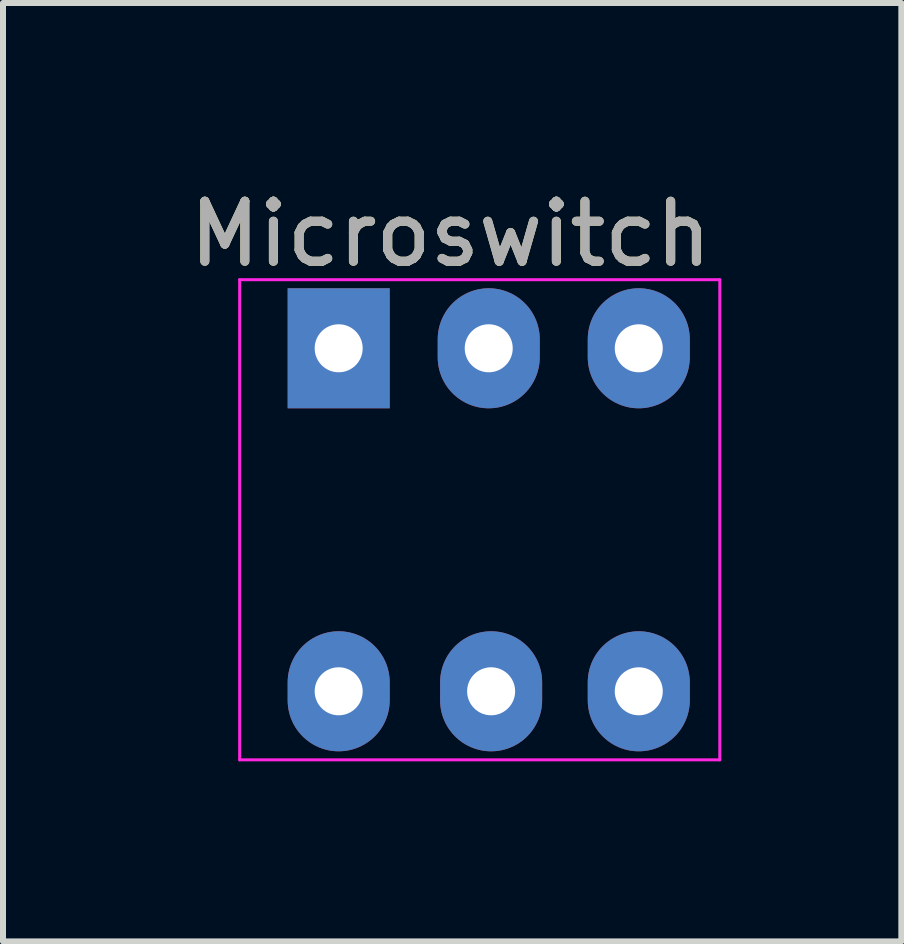
<source format=kicad_pcb>
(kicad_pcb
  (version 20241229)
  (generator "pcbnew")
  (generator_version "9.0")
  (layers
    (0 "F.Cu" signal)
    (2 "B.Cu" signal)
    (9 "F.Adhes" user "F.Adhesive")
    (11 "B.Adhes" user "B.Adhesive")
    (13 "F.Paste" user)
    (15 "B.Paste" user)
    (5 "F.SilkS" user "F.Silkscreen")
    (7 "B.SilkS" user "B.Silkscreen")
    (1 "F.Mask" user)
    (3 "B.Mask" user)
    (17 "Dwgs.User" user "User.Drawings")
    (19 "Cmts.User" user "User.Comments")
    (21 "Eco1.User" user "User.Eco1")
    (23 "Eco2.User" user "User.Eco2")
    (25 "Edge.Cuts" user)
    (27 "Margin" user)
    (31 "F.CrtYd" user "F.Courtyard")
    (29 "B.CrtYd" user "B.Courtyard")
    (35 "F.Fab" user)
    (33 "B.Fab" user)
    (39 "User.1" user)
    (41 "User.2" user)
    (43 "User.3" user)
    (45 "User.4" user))
  (footprint "Microswitch"
    (layer "F.Cu")
    (at 2.593 4.023)
    (property "Reference" "Microswitch" (at 1.865 -3.175 0) (layer "F.SilkS") (effects (font (size 1 1) (thickness 0.15))))
    (attr through_hole)
    (fp_line (start -1.65 -2.413) (end -1.65 5.587) (stroke (width 0.05) (type solid)) (layer "F.CrtYd"))
    (fp_line (start -1.65 -2.413) (end 6.35 -2.413) (stroke (width 0.05) (type solid)) (layer "F.CrtYd"))
    (fp_line (start -1.65 5.587) (end 6.35 5.587) (stroke (width 0.05) (type solid)) (layer "F.CrtYd"))
    (fp_line (start 6.35 -2.413) (end 6.35 5.587) (stroke (width 0.05) (type solid)) (layer "F.CrtYd"))
    (fp_text user "${REFERENCE}" (at 1.865 -3.175 0) (layer "F.Fab") (effects (font (size 1 1) (thickness 0.15))))
    (pad "1" thru_hole rect (at 0 -1.27) (size 1.7 2) (drill 0.8) (layers "*.Cu" "*.Mask"))
    (pad "2" thru_hole oval (at 2.5 -1.27) (size 1.7 2) (drill 0.8) (layers "*.Cu" "*.Mask"))
    (pad "3" thru_hole oval (at 5 -1.27) (size 1.7 2) (drill 0.8) (layers "*.Cu" "*.Mask"))
    (pad "4" thru_hole oval (at 0 4.445) (size 1.7 2) (drill 0.8) (layers "*.Cu" "*.Mask"))
    (pad "5" thru_hole oval (at 2.54 4.445) (size 1.7 2) (drill 0.8) (layers "*.Cu" "*.Mask"))
    (pad "6" thru_hole oval (at 5 4.445) (size 1.7 2) (drill 0.8) (layers "*.Cu" "*.Mask")))
  (gr_rect
    (start -3 -3)
    (end 11.968 12.635)
    (stroke (width 0.1) (type default))
    (fill no)
    (layer "Edge.Cuts")))
</source>
